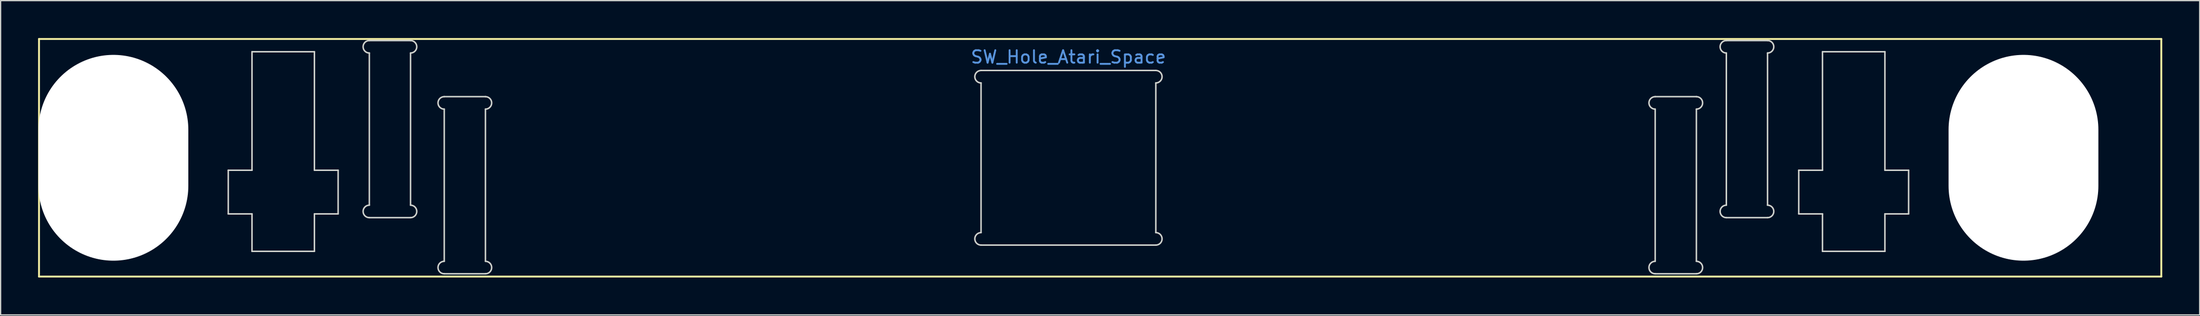
<source format=kicad_pcb>
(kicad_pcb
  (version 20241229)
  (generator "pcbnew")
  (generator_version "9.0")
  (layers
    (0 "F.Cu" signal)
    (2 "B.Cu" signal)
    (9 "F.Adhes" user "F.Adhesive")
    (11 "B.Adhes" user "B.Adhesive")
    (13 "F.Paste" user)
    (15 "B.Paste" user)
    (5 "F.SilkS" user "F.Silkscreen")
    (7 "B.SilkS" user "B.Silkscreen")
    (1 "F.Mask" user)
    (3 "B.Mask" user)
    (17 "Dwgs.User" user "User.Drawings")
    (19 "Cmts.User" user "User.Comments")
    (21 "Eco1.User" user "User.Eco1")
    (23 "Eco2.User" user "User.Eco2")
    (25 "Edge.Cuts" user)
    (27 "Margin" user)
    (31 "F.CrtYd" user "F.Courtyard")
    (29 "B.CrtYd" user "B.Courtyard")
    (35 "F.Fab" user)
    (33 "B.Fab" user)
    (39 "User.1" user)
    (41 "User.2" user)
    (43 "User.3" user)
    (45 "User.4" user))
  (footprint "SW_Hole_Atari_Space"
    (layer "F.Cu")
    (at 82.535 9.6)
    (property "Reference" "SW_Hole_Atari_Space" (at 0 -8.08 0) (layer "Cmts.User") (effects (font (size 1 1) (thickness 0.15))))
    (attr through_hole)
    (fp_line (start -82.46 -9.525) (end 87.54 -9.525) (stroke (width 0.15) (type solid)) (layer "F.SilkS"))
    (fp_line (start -82.46 9.525) (end -82.46 -9.525) (stroke (width 0.15) (type solid)) (layer "F.SilkS"))
    (fp_line (start -82.46 9.525) (end 87.54 9.525) (stroke (width 0.15) (type solid)) (layer "F.SilkS"))
    (fp_line (start 87.54 -9.525) (end 87.54 9.525) (stroke (width 0.15) (type solid)) (layer "F.SilkS"))
    (fp_line (start -67.3 1) (end -67.3 4.5) (stroke (width 0.12) (type solid)) (layer "Edge.Cuts"))
    (fp_line (start -67.3 1) (end -65.4 1) (stroke (width 0.12) (type solid)) (layer "Edge.Cuts"))
    (fp_line (start -67.3 4.5) (end -65.4 4.5) (stroke (width 0.12) (type solid)) (layer "Edge.Cuts"))
    (fp_line (start -65.4 -8.5) (end -65.4 1) (stroke (width 0.12) (type solid)) (layer "Edge.Cuts"))
    (fp_line (start -65.4 4.5) (end -65.4 7.5) (stroke (width 0.12) (type solid)) (layer "Edge.Cuts"))
    (fp_line (start -65.4 7.5) (end -60.4 7.5) (stroke (width 0.12) (type solid)) (layer "Edge.Cuts"))
    (fp_line (start -60.4 -8.5) (end -65.4 -8.5) (stroke (width 0.12) (type solid)) (layer "Edge.Cuts"))
    (fp_line (start -60.4 -8.5) (end -60.4 1) (stroke (width 0.12) (type solid)) (layer "Edge.Cuts"))
    (fp_line (start -60.4 1) (end -58.5 1) (stroke (width 0.12) (type solid)) (layer "Edge.Cuts"))
    (fp_line (start -60.4 4.5) (end -60.4 7.5) (stroke (width 0.12) (type solid)) (layer "Edge.Cuts"))
    (fp_line (start -60.4 4.5) (end -58.5 4.5) (stroke (width 0.12) (type solid)) (layer "Edge.Cuts"))
    (fp_line (start -58.5 1) (end -58.5 4.5) (stroke (width 0.12) (type solid)) (layer "Edge.Cuts"))
    (fp_line (start -56 -8.4) (end -56 3.8) (stroke (width 0.12) (type solid)) (layer "Edge.Cuts"))
    (fp_line (start -56 4.8) (end -52.7 4.8) (stroke (width 0.12) (type solid)) (layer "Edge.Cuts"))
    (fp_line (start -52.7 -9.4) (end -56 -9.4) (stroke (width 0.12) (type solid)) (layer "Edge.Cuts"))
    (fp_line (start -52.7 -8.4) (end -52.7 3.8) (stroke (width 0.12) (type solid)) (layer "Edge.Cuts"))
    (fp_line (start -50 -3.9) (end -50 8.3) (stroke (width 0.12) (type solid)) (layer "Edge.Cuts"))
    (fp_line (start -50 9.3) (end -46.7 9.3) (stroke (width 0.12) (type solid)) (layer "Edge.Cuts"))
    (fp_line (start -46.7 -4.9) (end -50 -4.9) (stroke (width 0.12) (type solid)) (layer "Edge.Cuts"))
    (fp_line (start -46.7 -3.9) (end -46.7 8.3) (stroke (width 0.12) (type solid)) (layer "Edge.Cuts"))
    (fp_line (start -7 -7) (end 7 -7) (stroke (width 0.12) (type solid)) (layer "Edge.Cuts"))
    (fp_line (start -7 -6) (end -7 6) (stroke (width 0.12) (type solid)) (layer "Edge.Cuts"))
    (fp_line (start -7 7) (end 7 7) (stroke (width 0.12) (type solid)) (layer "Edge.Cuts"))
    (fp_line (start 7 -6) (end 7 6) (stroke (width 0.12) (type solid)) (layer "Edge.Cuts"))
    (fp_line (start 47 -3.9) (end 47 8.3) (stroke (width 0.12) (type solid)) (layer "Edge.Cuts"))
    (fp_line (start 47 9.3) (end 50.3 9.3) (stroke (width 0.12) (type solid)) (layer "Edge.Cuts"))
    (fp_line (start 50.3 -4.9) (end 47 -4.9) (stroke (width 0.12) (type solid)) (layer "Edge.Cuts"))
    (fp_line (start 50.3 -3.9) (end 50.3 8.3) (stroke (width 0.12) (type solid)) (layer "Edge.Cuts"))
    (fp_line (start 52.7 -8.4) (end 52.7 3.8) (stroke (width 0.12) (type solid)) (layer "Edge.Cuts"))
    (fp_line (start 52.7 4.8) (end 56 4.8) (stroke (width 0.12) (type solid)) (layer "Edge.Cuts"))
    (fp_line (start 56 -9.4) (end 52.7 -9.4) (stroke (width 0.12) (type solid)) (layer "Edge.Cuts"))
    (fp_line (start 56 -8.4) (end 56 3.8) (stroke (width 0.12) (type solid)) (layer "Edge.Cuts"))
    (fp_line (start 58.5 1) (end 58.5 4.5) (stroke (width 0.12) (type solid)) (layer "Edge.Cuts"))
    (fp_line (start 58.5 1) (end 60.4 1) (stroke (width 0.12) (type solid)) (layer "Edge.Cuts"))
    (fp_line (start 58.5 4.5) (end 60.4 4.5) (stroke (width 0.12) (type solid)) (layer "Edge.Cuts"))
    (fp_line (start 60.4 -8.5) (end 60.4 1) (stroke (width 0.12) (type solid)) (layer "Edge.Cuts"))
    (fp_line (start 60.4 4.5) (end 60.4 7.5) (stroke (width 0.12) (type solid)) (layer "Edge.Cuts"))
    (fp_line (start 60.4 7.5) (end 65.4 7.5) (stroke (width 0.12) (type solid)) (layer "Edge.Cuts"))
    (fp_line (start 65.4 -8.5) (end 60.4 -8.5) (stroke (width 0.12) (type solid)) (layer "Edge.Cuts"))
    (fp_line (start 65.4 -8.5) (end 65.4 1) (stroke (width 0.12) (type solid)) (layer "Edge.Cuts"))
    (fp_line (start 65.4 1) (end 67.3 1) (stroke (width 0.12) (type solid)) (layer "Edge.Cuts"))
    (fp_line (start 65.4 4.5) (end 65.4 7.5) (stroke (width 0.12) (type solid)) (layer "Edge.Cuts"))
    (fp_line (start 65.4 4.5) (end 67.3 4.5) (stroke (width 0.12) (type solid)) (layer "Edge.Cuts"))
    (fp_line (start 67.3 1) (end 67.3 4.5) (stroke (width 0.12) (type solid)) (layer "Edge.Cuts"))
    (fp_arc (start -56 -8.4) (mid -56.5 -8.9) (end -56 -9.4) (stroke (width 0.12) (type solid)) (layer "Edge.Cuts"))
    (fp_arc (start -56 4.8) (mid -56.5 4.3) (end -56 3.8) (stroke (width 0.12) (type solid)) (layer "Edge.Cuts"))
    (fp_arc (start -52.7 -9.4) (mid -52.2 -8.9) (end -52.7 -8.4) (stroke (width 0.12) (type solid)) (layer "Edge.Cuts"))
    (fp_arc (start -52.7 3.8) (mid -52.2 4.3) (end -52.7 4.8) (stroke (width 0.12) (type solid)) (layer "Edge.Cuts"))
    (fp_arc (start -50 -3.9) (mid -50.5 -4.4) (end -50 -4.9) (stroke (width 0.12) (type solid)) (layer "Edge.Cuts"))
    (fp_arc (start -50 9.3) (mid -50.5 8.8) (end -50 8.3) (stroke (width 0.12) (type solid)) (layer "Edge.Cuts"))
    (fp_arc (start -46.7 -4.9) (mid -46.2 -4.4) (end -46.7 -3.9) (stroke (width 0.12) (type solid)) (layer "Edge.Cuts"))
    (fp_arc (start -46.7 8.3) (mid -46.2 8.8) (end -46.7 9.3) (stroke (width 0.12) (type solid)) (layer "Edge.Cuts"))
    (fp_arc (start -7 -6) (mid -7.5 -6.5) (end -7 -7) (stroke (width 0.12) (type solid)) (layer "Edge.Cuts"))
    (fp_arc (start -7 7) (mid -7.5 6.5) (end -7 6) (stroke (width 0.12) (type solid)) (layer "Edge.Cuts"))
    (fp_arc (start 7 -7) (mid 7.5 -6.5) (end 7 -6) (stroke (width 0.12) (type solid)) (layer "Edge.Cuts"))
    (fp_arc (start 7 6) (mid 7.5 6.5) (end 7 7) (stroke (width 0.12) (type solid)) (layer "Edge.Cuts"))
    (fp_arc (start 47 -3.9) (mid 46.5 -4.4) (end 47 -4.9) (stroke (width 0.12) (type solid)) (layer "Edge.Cuts"))
    (fp_arc (start 47 9.3) (mid 46.5 8.8) (end 47 8.3) (stroke (width 0.12) (type solid)) (layer "Edge.Cuts"))
    (fp_arc (start 50.3 -4.9) (mid 50.8 -4.4) (end 50.3 -3.9) (stroke (width 0.12) (type solid)) (layer "Edge.Cuts"))
    (fp_arc (start 50.3 8.3) (mid 50.8 8.8) (end 50.3 9.3) (stroke (width 0.12) (type solid)) (layer "Edge.Cuts"))
    (fp_arc (start 52.7 -8.4) (mid 52.2 -8.9) (end 52.7 -9.4) (stroke (width 0.12) (type solid)) (layer "Edge.Cuts"))
    (fp_arc (start 52.7 4.8) (mid 52.2 4.3) (end 52.7 3.8) (stroke (width 0.12) (type solid)) (layer "Edge.Cuts"))
    (fp_arc (start 56 -9.4) (mid 56.5 -8.9) (end 56 -8.4) (stroke (width 0.12) (type solid)) (layer "Edge.Cuts"))
    (fp_arc (start 56 3.8) (mid 56.5 4.3) (end 56 4.8) (stroke (width 0.12) (type solid)) (layer "Edge.Cuts"))
    (pad "" np_thru_hole oval (at -76.5 0) (size 12 16.5) (drill oval 12 16.5) (layers "*.Cu" "*.Mask"))
    (pad "" np_thru_hole oval (at 76.5 0) (size 12 16.5) (drill oval 12 16.5) (layers "*.Cu" "*.Mask")))
  (gr_rect
    (start -3 -3)
    (end 173.15 22.2)
    (stroke (width 0.1) (type default))
    (fill no)
    (layer "Edge.Cuts")))
</source>
